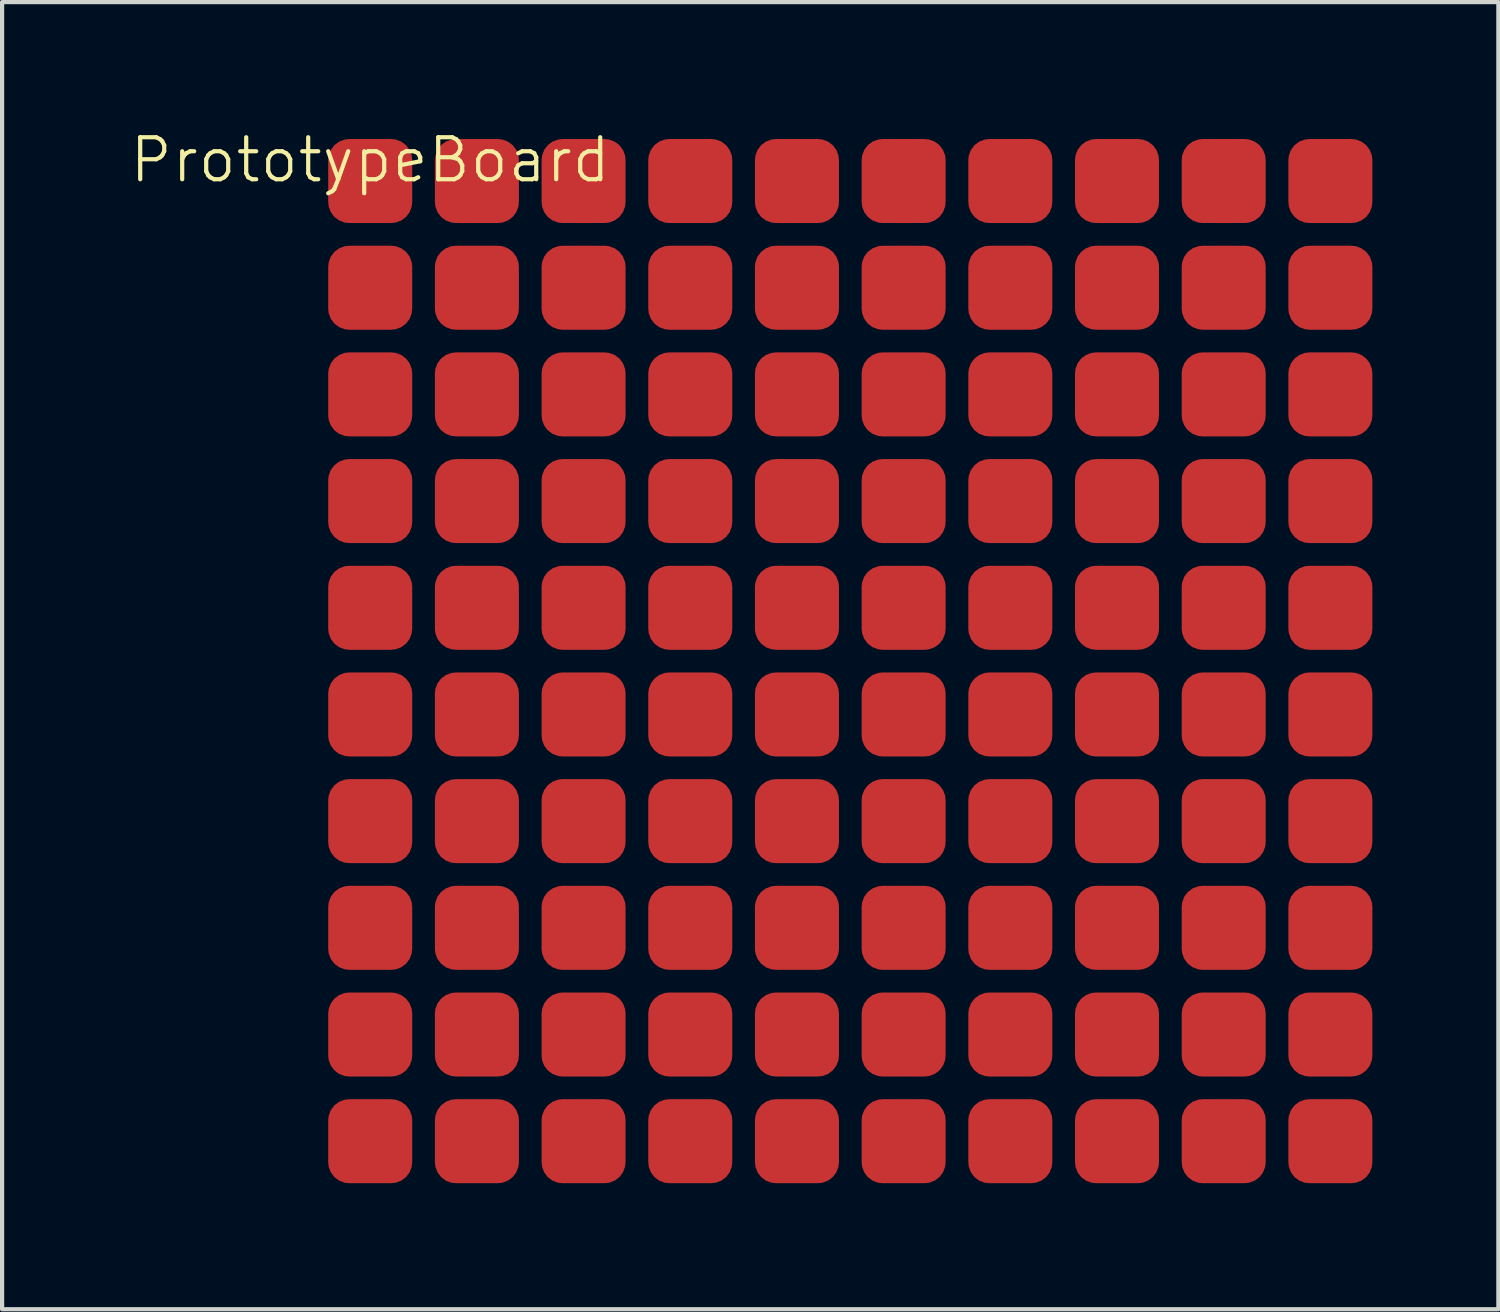
<source format=kicad_pcb>
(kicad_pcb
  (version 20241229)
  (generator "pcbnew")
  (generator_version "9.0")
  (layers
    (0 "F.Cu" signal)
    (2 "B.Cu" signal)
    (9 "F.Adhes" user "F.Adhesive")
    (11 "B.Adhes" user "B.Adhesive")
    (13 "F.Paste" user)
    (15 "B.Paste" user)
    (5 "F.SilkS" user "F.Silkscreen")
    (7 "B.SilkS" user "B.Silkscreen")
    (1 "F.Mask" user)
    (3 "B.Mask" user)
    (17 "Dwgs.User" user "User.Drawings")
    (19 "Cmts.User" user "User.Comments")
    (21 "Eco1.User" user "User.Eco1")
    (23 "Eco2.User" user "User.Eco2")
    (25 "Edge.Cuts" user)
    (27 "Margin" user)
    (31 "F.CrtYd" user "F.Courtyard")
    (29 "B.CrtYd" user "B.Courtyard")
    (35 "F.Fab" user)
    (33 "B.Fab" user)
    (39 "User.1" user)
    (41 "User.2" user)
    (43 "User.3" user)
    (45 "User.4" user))
  (footprint "PrototypeBoard"
    (layer "F.Cu")
    (at 5.764 1.26)
    (property "Reference" "PrototypeBoard" (at 0 -0.5 0) (unlocked yes) (layer "F.SilkS") (effects (font (size 1 1) (thickness 0.1))))
    (attr smd)
    (pad "1" smd roundrect (at 0 0 180) (size 2 2) (layers "F.Cu" "F.Mask" "F.Paste") (roundrect_rratio 0.25))
    (pad "2" smd roundrect (at 2.54 0 180) (size 2 2) (layers "F.Cu" "F.Mask" "F.Paste") (roundrect_rratio 0.25))
    (pad "3" smd roundrect (at 5.08 0 180) (size 2 2) (layers "F.Cu" "F.Mask" "F.Paste") (roundrect_rratio 0.25))
    (pad "4" smd roundrect (at 7.62 0 180) (size 2 2) (layers "F.Cu" "F.Mask" "F.Paste") (roundrect_rratio 0.25))
    (pad "5" smd roundrect (at 10.16 0 180) (size 2 2) (layers "F.Cu" "F.Mask" "F.Paste") (roundrect_rratio 0.25))
    (pad "6" smd roundrect (at 12.7 0 180) (size 2 2) (layers "F.Cu" "F.Mask" "F.Paste") (roundrect_rratio 0.25))
    (pad "7" smd roundrect (at 15.24 0 180) (size 2 2) (layers "F.Cu" "F.Mask" "F.Paste") (roundrect_rratio 0.25))
    (pad "8" smd roundrect (at 17.78 0 180) (size 2 2) (layers "F.Cu" "F.Mask" "F.Paste") (roundrect_rratio 0.25))
    (pad "9" smd roundrect (at 20.32 0 180) (size 2 2) (layers "F.Cu" "F.Mask" "F.Paste") (roundrect_rratio 0.25))
    (pad "10" smd roundrect (at 22.86 0 180) (size 2 2) (layers "F.Cu" "F.Mask" "F.Paste") (roundrect_rratio 0.25))
    (pad "11" smd roundrect (at 0 2.54 180) (size 2 2) (layers "F.Cu" "F.Mask" "F.Paste") (roundrect_rratio 0.25))
    (pad "12" smd roundrect (at 2.54 2.54 180) (size 2 2) (layers "F.Cu" "F.Mask" "F.Paste") (roundrect_rratio 0.25))
    (pad "13" smd roundrect (at 5.08 2.54 180) (size 2 2) (layers "F.Cu" "F.Mask" "F.Paste") (roundrect_rratio 0.25))
    (pad "14" smd roundrect (at 7.62 2.54 180) (size 2 2) (layers "F.Cu" "F.Mask" "F.Paste") (roundrect_rratio 0.25))
    (pad "15" smd roundrect (at 10.16 2.54 180) (size 2 2) (layers "F.Cu" "F.Mask" "F.Paste") (roundrect_rratio 0.25))
    (pad "16" smd roundrect (at 12.7 2.54 180) (size 2 2) (layers "F.Cu" "F.Mask" "F.Paste") (roundrect_rratio 0.25))
    (pad "17" smd roundrect (at 15.24 2.54 180) (size 2 2) (layers "F.Cu" "F.Mask" "F.Paste") (roundrect_rratio 0.25))
    (pad "18" smd roundrect (at 17.78 2.54 180) (size 2 2) (layers "F.Cu" "F.Mask" "F.Paste") (roundrect_rratio 0.25))
    (pad "19" smd roundrect (at 20.32 2.54 180) (size 2 2) (layers "F.Cu" "F.Mask" "F.Paste") (roundrect_rratio 0.25))
    (pad "20" smd roundrect (at 22.86 2.54 180) (size 2 2) (layers "F.Cu" "F.Mask" "F.Paste") (roundrect_rratio 0.25))
    (pad "21" smd roundrect (at 0 5.08 180) (size 2 2) (layers "F.Cu" "F.Mask" "F.Paste") (roundrect_rratio 0.25))
    (pad "22" smd roundrect (at 2.54 5.08 180) (size 2 2) (layers "F.Cu" "F.Mask" "F.Paste") (roundrect_rratio 0.25))
    (pad "23" smd roundrect (at 5.08 5.08 180) (size 2 2) (layers "F.Cu" "F.Mask" "F.Paste") (roundrect_rratio 0.25))
    (pad "24" smd roundrect (at 7.62 5.08 180) (size 2 2) (layers "F.Cu" "F.Mask" "F.Paste") (roundrect_rratio 0.25))
    (pad "25" smd roundrect (at 10.16 5.08 180) (size 2 2) (layers "F.Cu" "F.Mask" "F.Paste") (roundrect_rratio 0.25))
    (pad "26" smd roundrect (at 12.7 5.08 180) (size 2 2) (layers "F.Cu" "F.Mask" "F.Paste") (roundrect_rratio 0.25))
    (pad "27" smd roundrect (at 15.24 5.08 180) (size 2 2) (layers "F.Cu" "F.Mask" "F.Paste") (roundrect_rratio 0.25))
    (pad "28" smd roundrect (at 17.78 5.08 180) (size 2 2) (layers "F.Cu" "F.Mask" "F.Paste") (roundrect_rratio 0.25))
    (pad "29" smd roundrect (at 20.32 5.08 180) (size 2 2) (layers "F.Cu" "F.Mask" "F.Paste") (roundrect_rratio 0.25))
    (pad "30" smd roundrect (at 22.86 5.08 180) (size 2 2) (layers "F.Cu" "F.Mask" "F.Paste") (roundrect_rratio 0.25))
    (pad "31" smd roundrect (at 0 7.62 180) (size 2 2) (layers "F.Cu" "F.Mask" "F.Paste") (roundrect_rratio 0.25))
    (pad "32" smd roundrect (at 2.54 7.62 180) (size 2 2) (layers "F.Cu" "F.Mask" "F.Paste") (roundrect_rratio 0.25))
    (pad "33" smd roundrect (at 5.08 7.62 180) (size 2 2) (layers "F.Cu" "F.Mask" "F.Paste") (roundrect_rratio 0.25))
    (pad "34" smd roundrect (at 7.62 7.62 180) (size 2 2) (layers "F.Cu" "F.Mask" "F.Paste") (roundrect_rratio 0.25))
    (pad "35" smd roundrect (at 10.16 7.62 180) (size 2 2) (layers "F.Cu" "F.Mask" "F.Paste") (roundrect_rratio 0.25))
    (pad "36" smd roundrect (at 12.7 7.62 180) (size 2 2) (layers "F.Cu" "F.Mask" "F.Paste") (roundrect_rratio 0.25))
    (pad "37" smd roundrect (at 15.24 7.62 180) (size 2 2) (layers "F.Cu" "F.Mask" "F.Paste") (roundrect_rratio 0.25))
    (pad "38" smd roundrect (at 17.78 7.62 180) (size 2 2) (layers "F.Cu" "F.Mask" "F.Paste") (roundrect_rratio 0.25))
    (pad "39" smd roundrect (at 20.32 7.62 180) (size 2 2) (layers "F.Cu" "F.Mask" "F.Paste") (roundrect_rratio 0.25))
    (pad "40" smd roundrect (at 22.86 7.62 180) (size 2 2) (layers "F.Cu" "F.Mask" "F.Paste") (roundrect_rratio 0.25))
    (pad "41" smd roundrect (at 0 10.16 180) (size 2 2) (layers "F.Cu" "F.Mask" "F.Paste") (roundrect_rratio 0.25))
    (pad "42" smd roundrect (at 2.54 10.16 180) (size 2 2) (layers "F.Cu" "F.Mask" "F.Paste") (roundrect_rratio 0.25))
    (pad "43" smd roundrect (at 5.08 10.16 180) (size 2 2) (layers "F.Cu" "F.Mask" "F.Paste") (roundrect_rratio 0.25))
    (pad "44" smd roundrect (at 7.62 10.16 180) (size 2 2) (layers "F.Cu" "F.Mask" "F.Paste") (roundrect_rratio 0.25))
    (pad "45" smd roundrect (at 10.16 10.16 180) (size 2 2) (layers "F.Cu" "F.Mask" "F.Paste") (roundrect_rratio 0.25))
    (pad "46" smd roundrect (at 12.7 10.16 180) (size 2 2) (layers "F.Cu" "F.Mask" "F.Paste") (roundrect_rratio 0.25))
    (pad "47" smd roundrect (at 15.24 10.16 180) (size 2 2) (layers "F.Cu" "F.Mask" "F.Paste") (roundrect_rratio 0.25))
    (pad "48" smd roundrect (at 17.78 10.16 180) (size 2 2) (layers "F.Cu" "F.Mask" "F.Paste") (roundrect_rratio 0.25))
    (pad "49" smd roundrect (at 20.32 10.16 180) (size 2 2) (layers "F.Cu" "F.Mask" "F.Paste") (roundrect_rratio 0.25))
    (pad "50" smd roundrect (at 22.86 10.16 180) (size 2 2) (layers "F.Cu" "F.Mask" "F.Paste") (roundrect_rratio 0.25))
    (pad "51" smd roundrect (at 0 12.7 180) (size 2 2) (layers "F.Cu" "F.Mask" "F.Paste") (roundrect_rratio 0.25))
    (pad "52" smd roundrect (at 2.54 12.7 180) (size 2 2) (layers "F.Cu" "F.Mask" "F.Paste") (roundrect_rratio 0.25))
    (pad "53" smd roundrect (at 5.08 12.7 180) (size 2 2) (layers "F.Cu" "F.Mask" "F.Paste") (roundrect_rratio 0.25))
    (pad "54" smd roundrect (at 7.62 12.7 180) (size 2 2) (layers "F.Cu" "F.Mask" "F.Paste") (roundrect_rratio 0.25))
    (pad "55" smd roundrect (at 10.16 12.7 180) (size 2 2) (layers "F.Cu" "F.Mask" "F.Paste") (roundrect_rratio 0.25))
    (pad "56" smd roundrect (at 12.7 12.7 180) (size 2 2) (layers "F.Cu" "F.Mask" "F.Paste") (roundrect_rratio 0.25))
    (pad "57" smd roundrect (at 15.24 12.7 180) (size 2 2) (layers "F.Cu" "F.Mask" "F.Paste") (roundrect_rratio 0.25))
    (pad "58" smd roundrect (at 17.78 12.7 180) (size 2 2) (layers "F.Cu" "F.Mask" "F.Paste") (roundrect_rratio 0.25))
    (pad "59" smd roundrect (at 20.32 12.7 180) (size 2 2) (layers "F.Cu" "F.Mask" "F.Paste") (roundrect_rratio 0.25))
    (pad "60" smd roundrect (at 22.86 12.7 180) (size 2 2) (layers "F.Cu" "F.Mask" "F.Paste") (roundrect_rratio 0.25))
    (pad "61" smd roundrect (at 0 15.24 180) (size 2 2) (layers "F.Cu" "F.Mask" "F.Paste") (roundrect_rratio 0.25))
    (pad "62" smd roundrect (at 2.54 15.24 180) (size 2 2) (layers "F.Cu" "F.Mask" "F.Paste") (roundrect_rratio 0.25))
    (pad "63" smd roundrect (at 5.08 15.24 180) (size 2 2) (layers "F.Cu" "F.Mask" "F.Paste") (roundrect_rratio 0.25))
    (pad "64" smd roundrect (at 7.62 15.24 180) (size 2 2) (layers "F.Cu" "F.Mask" "F.Paste") (roundrect_rratio 0.25))
    (pad "65" smd roundrect (at 10.16 15.24 180) (size 2 2) (layers "F.Cu" "F.Mask" "F.Paste") (roundrect_rratio 0.25))
    (pad "66" smd roundrect (at 12.7 15.24 180) (size 2 2) (layers "F.Cu" "F.Mask" "F.Paste") (roundrect_rratio 0.25))
    (pad "67" smd roundrect (at 15.24 15.24 180) (size 2 2) (layers "F.Cu" "F.Mask" "F.Paste") (roundrect_rratio 0.25))
    (pad "68" smd roundrect (at 17.78 15.24 180) (size 2 2) (layers "F.Cu" "F.Mask" "F.Paste") (roundrect_rratio 0.25))
    (pad "69" smd roundrect (at 20.32 15.24 180) (size 2 2) (layers "F.Cu" "F.Mask" "F.Paste") (roundrect_rratio 0.25))
    (pad "70" smd roundrect (at 22.86 15.24 180) (size 2 2) (layers "F.Cu" "F.Mask" "F.Paste") (roundrect_rratio 0.25))
    (pad "71" smd roundrect (at 0 17.78 180) (size 2 2) (layers "F.Cu" "F.Mask" "F.Paste") (roundrect_rratio 0.25))
    (pad "72" smd roundrect (at 2.54 17.78 180) (size 2 2) (layers "F.Cu" "F.Mask" "F.Paste") (roundrect_rratio 0.25))
    (pad "73" smd roundrect (at 5.08 17.78 180) (size 2 2) (layers "F.Cu" "F.Mask" "F.Paste") (roundrect_rratio 0.25))
    (pad "74" smd roundrect (at 7.62 17.78 180) (size 2 2) (layers "F.Cu" "F.Mask" "F.Paste") (roundrect_rratio 0.25))
    (pad "75" smd roundrect (at 10.16 17.78 180) (size 2 2) (layers "F.Cu" "F.Mask" "F.Paste") (roundrect_rratio 0.25))
    (pad "76" smd roundrect (at 12.7 17.78 180) (size 2 2) (layers "F.Cu" "F.Mask" "F.Paste") (roundrect_rratio 0.25))
    (pad "77" smd roundrect (at 15.24 17.78 180) (size 2 2) (layers "F.Cu" "F.Mask" "F.Paste") (roundrect_rratio 0.25))
    (pad "78" smd roundrect (at 17.78 17.78 180) (size 2 2) (layers "F.Cu" "F.Mask" "F.Paste") (roundrect_rratio 0.25))
    (pad "79" smd roundrect (at 20.32 17.78 180) (size 2 2) (layers "F.Cu" "F.Mask" "F.Paste") (roundrect_rratio 0.25))
    (pad "80" smd roundrect (at 22.86 17.78 180) (size 2 2) (layers "F.Cu" "F.Mask" "F.Paste") (roundrect_rratio 0.25))
    (pad "81" smd roundrect (at 0 20.32 180) (size 2 2) (layers "F.Cu" "F.Mask" "F.Paste") (roundrect_rratio 0.25))
    (pad "82" smd roundrect (at 2.54 20.32 180) (size 2 2) (layers "F.Cu" "F.Mask" "F.Paste") (roundrect_rratio 0.25))
    (pad "83" smd roundrect (at 5.08 20.32 180) (size 2 2) (layers "F.Cu" "F.Mask" "F.Paste") (roundrect_rratio 0.25))
    (pad "84" smd roundrect (at 7.62 20.32 180) (size 2 2) (layers "F.Cu" "F.Mask" "F.Paste") (roundrect_rratio 0.25))
    (pad "85" smd roundrect (at 10.16 20.32 180) (size 2 2) (layers "F.Cu" "F.Mask" "F.Paste") (roundrect_rratio 0.25))
    (pad "86" smd roundrect (at 12.7 20.32 180) (size 2 2) (layers "F.Cu" "F.Mask" "F.Paste") (roundrect_rratio 0.25))
    (pad "87" smd roundrect (at 15.24 20.32 180) (size 2 2) (layers "F.Cu" "F.Mask" "F.Paste") (roundrect_rratio 0.25))
    (pad "88" smd roundrect (at 17.78 20.32 180) (size 2 2) (layers "F.Cu" "F.Mask" "F.Paste") (roundrect_rratio 0.25))
    (pad "89" smd roundrect (at 20.32 20.32 180) (size 2 2) (layers "F.Cu" "F.Mask" "F.Paste") (roundrect_rratio 0.25))
    (pad "90" smd roundrect (at 22.86 20.32 180) (size 2 2) (layers "F.Cu" "F.Mask" "F.Paste") (roundrect_rratio 0.25))
    (pad "91" smd roundrect (at 0 22.86 180) (size 2 2) (layers "F.Cu" "F.Mask" "F.Paste") (roundrect_rratio 0.25))
    (pad "92" smd roundrect (at 2.54 22.86 180) (size 2 2) (layers "F.Cu" "F.Mask" "F.Paste") (roundrect_rratio 0.25))
    (pad "93" smd roundrect (at 5.08 22.86 180) (size 2 2) (layers "F.Cu" "F.Mask" "F.Paste") (roundrect_rratio 0.25))
    (pad "94" smd roundrect (at 7.62 22.86 180) (size 2 2) (layers "F.Cu" "F.Mask" "F.Paste") (roundrect_rratio 0.25))
    (pad "95" smd roundrect (at 10.16 22.86 180) (size 2 2) (layers "F.Cu" "F.Mask" "F.Paste") (roundrect_rratio 0.25))
    (pad "96" smd roundrect (at 12.7 22.86 180) (size 2 2) (layers "F.Cu" "F.Mask" "F.Paste") (roundrect_rratio 0.25))
    (pad "97" smd roundrect (at 15.24 22.86 180) (size 2 2) (layers "F.Cu" "F.Mask" "F.Paste") (roundrect_rratio 0.25))
    (pad "98" smd roundrect (at 17.78 22.86 180) (size 2 2) (layers "F.Cu" "F.Mask" "F.Paste") (roundrect_rratio 0.25))
    (pad "99" smd roundrect (at 20.32 22.86 180) (size 2 2) (layers "F.Cu" "F.Mask" "F.Paste") (roundrect_rratio 0.25))
    (pad "100" smd roundrect (at 22.86 22.86 180) (size 2 2) (layers "F.Cu" "F.Mask" "F.Paste") (roundrect_rratio 0.25)))
  (gr_rect
    (start -3 -3)
    (end 32.624 28.12)
    (stroke (width 0.1) (type default))
    (fill no)
    (layer "Edge.Cuts")))
</source>
